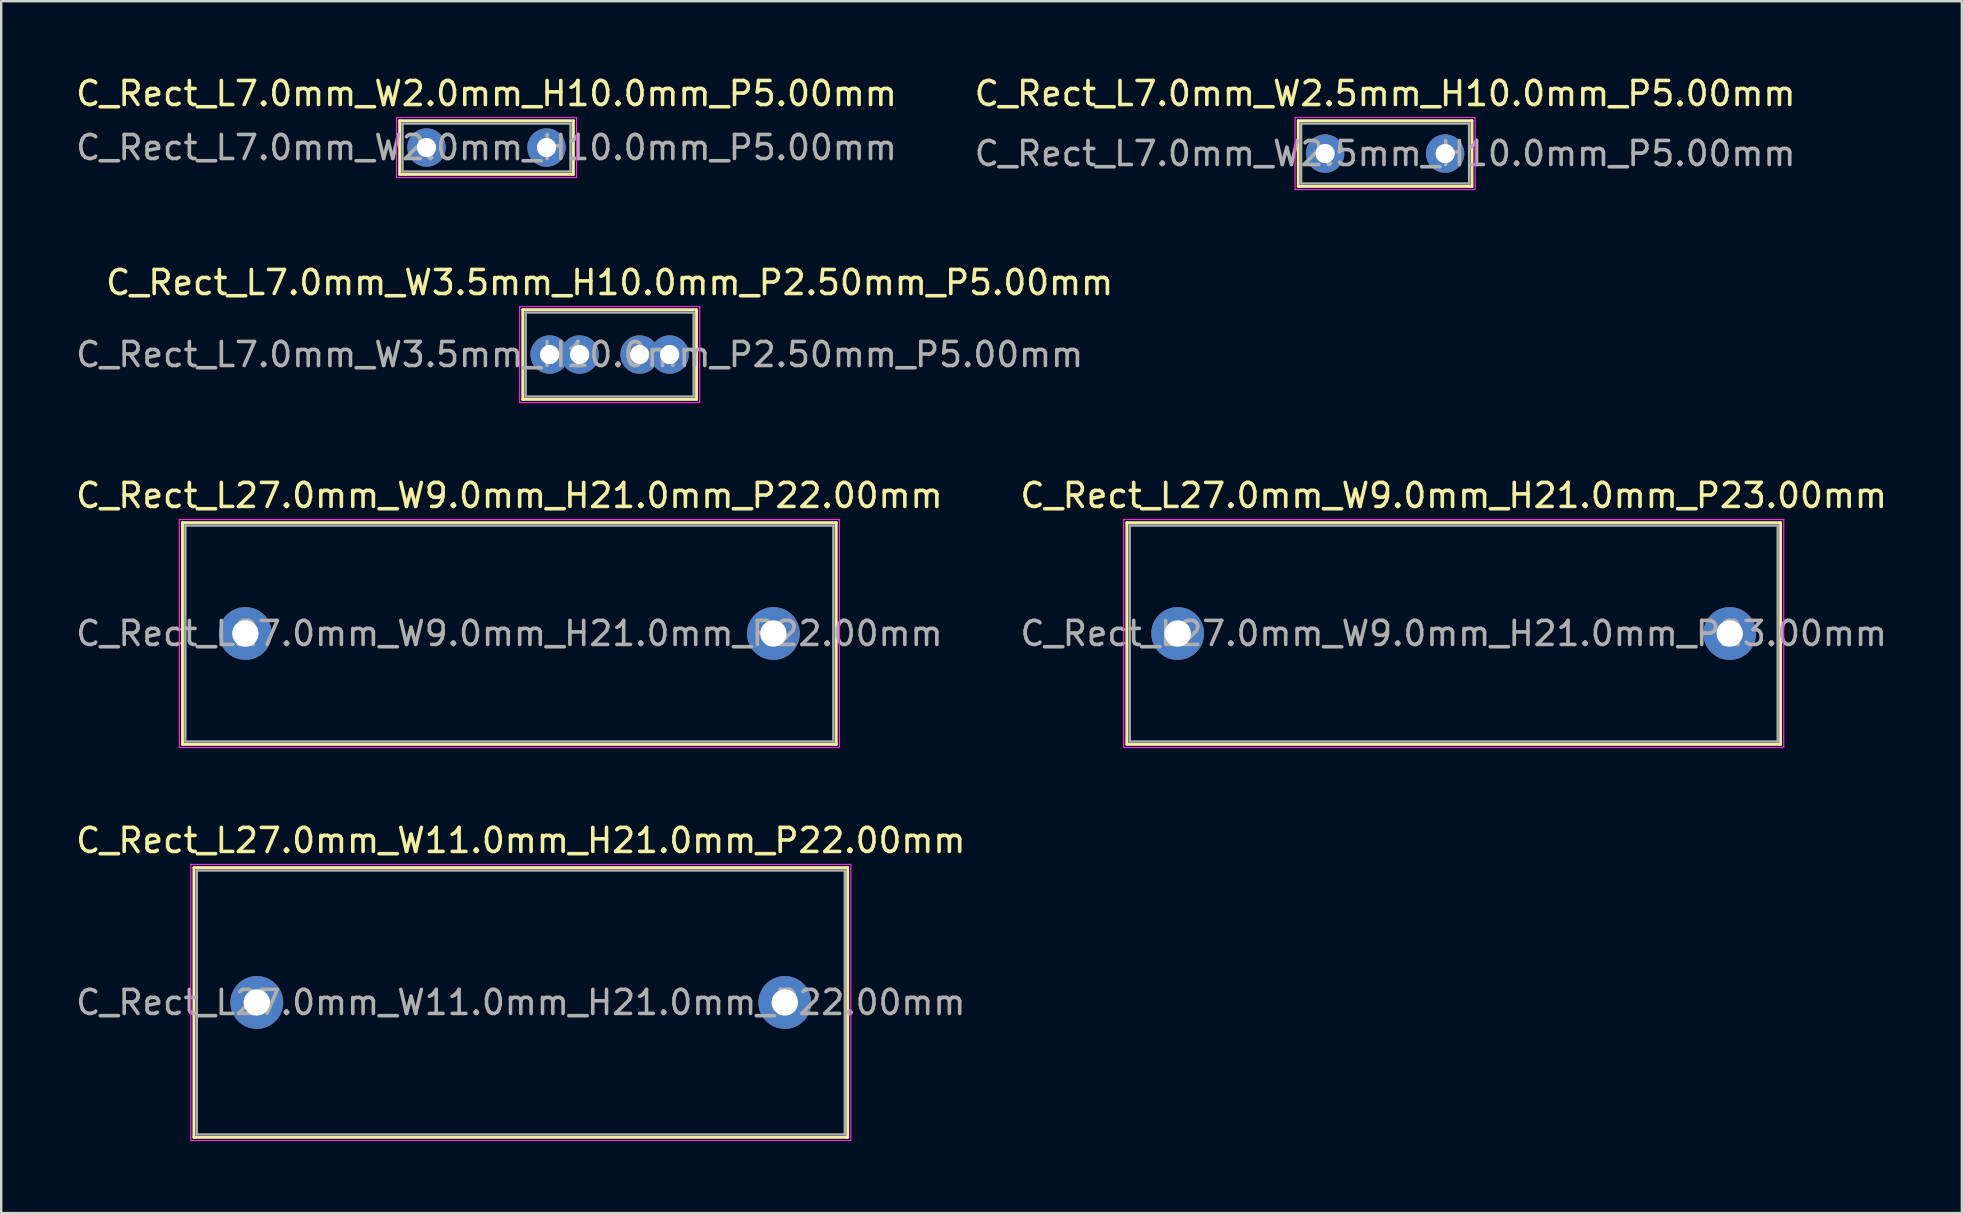
<source format=kicad_pcb>
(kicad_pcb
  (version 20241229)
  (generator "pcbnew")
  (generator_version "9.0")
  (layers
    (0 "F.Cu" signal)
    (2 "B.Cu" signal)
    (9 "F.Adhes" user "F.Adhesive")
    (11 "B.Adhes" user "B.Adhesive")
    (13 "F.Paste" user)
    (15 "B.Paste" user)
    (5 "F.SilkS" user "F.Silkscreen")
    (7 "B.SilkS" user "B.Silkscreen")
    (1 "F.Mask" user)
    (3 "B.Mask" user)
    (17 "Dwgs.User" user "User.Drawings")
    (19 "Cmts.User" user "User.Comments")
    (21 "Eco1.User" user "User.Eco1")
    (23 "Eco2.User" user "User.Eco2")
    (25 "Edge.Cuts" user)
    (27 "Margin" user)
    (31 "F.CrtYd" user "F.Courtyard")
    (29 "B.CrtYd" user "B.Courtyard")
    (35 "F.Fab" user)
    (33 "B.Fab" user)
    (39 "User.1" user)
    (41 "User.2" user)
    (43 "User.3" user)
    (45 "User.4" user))
  (footprint "C_Rect_L7.0mm_W2.5mm_H10.0mm_P5.00mm"
    (layer "F.Cu")
    (at 52.161 3.348)
    (property "Reference" "C_Rect_L7.0mm_W2.5mm_H10.0mm_P5.00mm" (at 2.5 -2.5 0) (layer "F.SilkS") (effects (font (size 1 1) (thickness 0.15))))
    (attr through_hole)
    (fp_line (start -1.12 -1.37) (end -1.12 1.37) (stroke (width 0.12) (type solid)) (layer "F.SilkS"))
    (fp_line (start -1.12 -1.37) (end 6.12 -1.37) (stroke (width 0.12) (type solid)) (layer "F.SilkS"))
    (fp_line (start -1.12 1.37) (end 6.12 1.37) (stroke (width 0.12) (type solid)) (layer "F.SilkS"))
    (fp_line (start 6.12 -1.37) (end 6.12 1.37) (stroke (width 0.12) (type solid)) (layer "F.SilkS"))
    (fp_line (start -1.25 -1.5) (end -1.25 1.5) (stroke (width 0.05) (type solid)) (layer "F.CrtYd"))
    (fp_line (start -1.25 1.5) (end 6.25 1.5) (stroke (width 0.05) (type solid)) (layer "F.CrtYd"))
    (fp_line (start 6.25 -1.5) (end -1.25 -1.5) (stroke (width 0.05) (type solid)) (layer "F.CrtYd"))
    (fp_line (start 6.25 1.5) (end 6.25 -1.5) (stroke (width 0.05) (type solid)) (layer "F.CrtYd"))
    (fp_line (start -1 -1.25) (end -1 1.25) (stroke (width 0.1) (type solid)) (layer "F.Fab"))
    (fp_line (start -1 1.25) (end 6 1.25) (stroke (width 0.1) (type solid)) (layer "F.Fab"))
    (fp_line (start 6 -1.25) (end -1 -1.25) (stroke (width 0.1) (type solid)) (layer "F.Fab"))
    (fp_line (start 6 1.25) (end 6 -1.25) (stroke (width 0.1) (type solid)) (layer "F.Fab"))
    (fp_text user "${REFERENCE}" (at 2.5 0 0) (layer "F.Fab") (effects (font (size 1 1) (thickness 0.15))))
    (pad "1" thru_hole circle (at 0 0) (size 1.6 1.6) (drill 0.8) (layers "*.Cu" "*.Mask"))
    (pad "2" thru_hole circle (at 5 0) (size 1.6 1.6) (drill 0.8) (layers "*.Cu" "*.Mask")))
  (footprint "C_Rect_L27.0mm_W9.0mm_H21.0mm_P23.00mm"
    (layer "F.Cu")
    (at 46.018 23.345)
    (property "Reference" "C_Rect_L27.0mm_W9.0mm_H21.0mm_P23.00mm" (at 11.5 -5.75 0) (layer "F.SilkS") (effects (font (size 1 1) (thickness 0.15))))
    (attr through_hole)
    (fp_line (start -2.12 -4.62) (end -2.12 4.62) (stroke (width 0.12) (type solid)) (layer "F.SilkS"))
    (fp_line (start -2.12 -4.62) (end 25.12 -4.62) (stroke (width 0.12) (type solid)) (layer "F.SilkS"))
    (fp_line (start -2.12 4.62) (end 25.12 4.62) (stroke (width 0.12) (type solid)) (layer "F.SilkS"))
    (fp_line (start 25.12 -4.62) (end 25.12 4.62) (stroke (width 0.12) (type solid)) (layer "F.SilkS"))
    (fp_line (start -2.25 -4.75) (end -2.25 4.75) (stroke (width 0.05) (type solid)) (layer "F.CrtYd"))
    (fp_line (start -2.25 4.75) (end 25.25 4.75) (stroke (width 0.05) (type solid)) (layer "F.CrtYd"))
    (fp_line (start 25.25 -4.75) (end -2.25 -4.75) (stroke (width 0.05) (type solid)) (layer "F.CrtYd"))
    (fp_line (start 25.25 4.75) (end 25.25 -4.75) (stroke (width 0.05) (type solid)) (layer "F.CrtYd"))
    (fp_line (start -2 -4.5) (end -2 4.5) (stroke (width 0.1) (type solid)) (layer "F.Fab"))
    (fp_line (start -2 4.5) (end 25 4.5) (stroke (width 0.1) (type solid)) (layer "F.Fab"))
    (fp_line (start 25 -4.5) (end -2 -4.5) (stroke (width 0.1) (type solid)) (layer "F.Fab"))
    (fp_line (start 25 4.5) (end 25 -4.5) (stroke (width 0.1) (type solid)) (layer "F.Fab"))
    (fp_text user "${REFERENCE}" (at 11.5 0 0) (layer "F.Fab") (effects (font (size 1 1) (thickness 0.15))))
    (pad "1" thru_hole circle (at 0 0) (size 2.2 2.2) (drill 1.1) (layers "*.Cu" "*.Mask"))
    (pad "2" thru_hole circle (at 23 0) (size 2.2 2.2) (drill 1.1) (layers "*.Cu" "*.Mask")))
  (footprint "C_Rect_L27.0mm_W9.0mm_H21.0mm_P22.00mm"
    (layer "F.Cu")
    (at 7.173 23.345)
    (property "Reference" "C_Rect_L27.0mm_W9.0mm_H21.0mm_P22.00mm" (at 11 -5.75 0) (layer "F.SilkS") (effects (font (size 1 1) (thickness 0.15))))
    (attr through_hole)
    (fp_line (start -2.62 -4.62) (end -2.62 4.62) (stroke (width 0.12) (type solid)) (layer "F.SilkS"))
    (fp_line (start -2.62 -4.62) (end 24.62 -4.62) (stroke (width 0.12) (type solid)) (layer "F.SilkS"))
    (fp_line (start -2.62 4.62) (end 24.62 4.62) (stroke (width 0.12) (type solid)) (layer "F.SilkS"))
    (fp_line (start 24.62 -4.62) (end 24.62 4.62) (stroke (width 0.12) (type solid)) (layer "F.SilkS"))
    (fp_line (start -2.75 -4.75) (end -2.75 4.75) (stroke (width 0.05) (type solid)) (layer "F.CrtYd"))
    (fp_line (start -2.75 4.75) (end 24.75 4.75) (stroke (width 0.05) (type solid)) (layer "F.CrtYd"))
    (fp_line (start 24.75 -4.75) (end -2.75 -4.75) (stroke (width 0.05) (type solid)) (layer "F.CrtYd"))
    (fp_line (start 24.75 4.75) (end 24.75 -4.75) (stroke (width 0.05) (type solid)) (layer "F.CrtYd"))
    (fp_line (start -2.5 -4.5) (end -2.5 4.5) (stroke (width 0.1) (type solid)) (layer "F.Fab"))
    (fp_line (start -2.5 4.5) (end 24.5 4.5) (stroke (width 0.1) (type solid)) (layer "F.Fab"))
    (fp_line (start 24.5 -4.5) (end -2.5 -4.5) (stroke (width 0.1) (type solid)) (layer "F.Fab"))
    (fp_line (start 24.5 4.5) (end 24.5 -4.5) (stroke (width 0.1) (type solid)) (layer "F.Fab"))
    (fp_text user "${REFERENCE}" (at 11 0 0) (layer "F.Fab") (effects (font (size 1 1) (thickness 0.15))))
    (pad "1" thru_hole circle (at 0 0) (size 2.2 2.2) (drill 1.1) (layers "*.Cu" "*.Mask"))
    (pad "2" thru_hole circle (at 22 0) (size 2.2 2.2) (drill 1.1) (layers "*.Cu" "*.Mask")))
  (footprint "C_Rect_L7.0mm_W3.5mm_H10.0mm_P2.50mm_P5.00mm"
    (layer "F.Cu")
    (at 19.851 11.722)
    (property "Reference" "C_Rect_L7.0mm_W3.5mm_H10.0mm_P2.50mm_P5.00mm" (at 2.5 -3 0) (layer "F.SilkS") (effects (font (size 1 1) (thickness 0.15))))
    (attr through_hole)
    (fp_line (start -1.12 -1.87) (end -1.12 1.87) (stroke (width 0.12) (type solid)) (layer "F.SilkS"))
    (fp_line (start -1.12 -1.87) (end 6.12 -1.87) (stroke (width 0.12) (type solid)) (layer "F.SilkS"))
    (fp_line (start -1.12 1.87) (end 6.12 1.87) (stroke (width 0.12) (type solid)) (layer "F.SilkS"))
    (fp_line (start 6.12 -1.87) (end 6.12 1.87) (stroke (width 0.12) (type solid)) (layer "F.SilkS"))
    (fp_line (start -1.25 -2) (end -1.25 2) (stroke (width 0.05) (type solid)) (layer "F.CrtYd"))
    (fp_line (start -1.25 2) (end 6.25 2) (stroke (width 0.05) (type solid)) (layer "F.CrtYd"))
    (fp_line (start 6.25 -2) (end -1.25 -2) (stroke (width 0.05) (type solid)) (layer "F.CrtYd"))
    (fp_line (start 6.25 2) (end 6.25 -2) (stroke (width 0.05) (type solid)) (layer "F.CrtYd"))
    (fp_line (start -1 -1.75) (end -1 1.75) (stroke (width 0.1) (type solid)) (layer "F.Fab"))
    (fp_line (start -1 1.75) (end 6 1.75) (stroke (width 0.1) (type solid)) (layer "F.Fab"))
    (fp_line (start 6 -1.75) (end -1 -1.75) (stroke (width 0.1) (type solid)) (layer "F.Fab"))
    (fp_line (start 6 1.75) (end 6 -1.75) (stroke (width 0.1) (type solid)) (layer "F.Fab"))
    (fp_text user "${REFERENCE}" (at 1.25 0 0) (layer "F.Fab") (effects (font (size 1 1) (thickness 0.15))))
    (pad "1" thru_hole circle (at 0 0) (size 1.6 1.6) (drill 0.8) (layers "*.Cu" "*.Mask"))
    (pad "1" thru_hole circle (at 1.25 0) (size 1.6 1.6) (drill 0.8) (layers "*.Cu" "*.Mask"))
    (pad "2" thru_hole circle (at 3.75 0) (size 1.6 1.6) (drill 0.8) (layers "*.Cu" "*.Mask"))
    (pad "2" thru_hole circle (at 5 0) (size 1.6 1.6) (drill 0.8) (layers "*.Cu" "*.Mask")))
  (footprint "C_Rect_L27.0mm_W11.0mm_H21.0mm_P22.00mm"
    (layer "F.Cu")
    (at 7.649 38.718)
    (property "Reference" "C_Rect_L27.0mm_W11.0mm_H21.0mm_P22.00mm" (at 11 -6.75 0) (layer "F.SilkS") (effects (font (size 1 1) (thickness 0.15))))
    (attr through_hole)
    (fp_line (start -2.62 -5.62) (end -2.62 5.62) (stroke (width 0.12) (type solid)) (layer "F.SilkS"))
    (fp_line (start -2.62 -5.62) (end 24.62 -5.62) (stroke (width 0.12) (type solid)) (layer "F.SilkS"))
    (fp_line (start -2.62 5.62) (end 24.62 5.62) (stroke (width 0.12) (type solid)) (layer "F.SilkS"))
    (fp_line (start 24.62 -5.62) (end 24.62 5.62) (stroke (width 0.12) (type solid)) (layer "F.SilkS"))
    (fp_line (start -2.75 -5.75) (end -2.75 5.75) (stroke (width 0.05) (type solid)) (layer "F.CrtYd"))
    (fp_line (start -2.75 5.75) (end 24.75 5.75) (stroke (width 0.05) (type solid)) (layer "F.CrtYd"))
    (fp_line (start 24.75 -5.75) (end -2.75 -5.75) (stroke (width 0.05) (type solid)) (layer "F.CrtYd"))
    (fp_line (start 24.75 5.75) (end 24.75 -5.75) (stroke (width 0.05) (type solid)) (layer "F.CrtYd"))
    (fp_line (start -2.5 -5.5) (end -2.5 5.5) (stroke (width 0.1) (type solid)) (layer "F.Fab"))
    (fp_line (start -2.5 5.5) (end 24.5 5.5) (stroke (width 0.1) (type solid)) (layer "F.Fab"))
    (fp_line (start 24.5 -5.5) (end -2.5 -5.5) (stroke (width 0.1) (type solid)) (layer "F.Fab"))
    (fp_line (start 24.5 5.5) (end 24.5 -5.5) (stroke (width 0.1) (type solid)) (layer "F.Fab"))
    (fp_text user "${REFERENCE}" (at 11 0 0) (layer "F.Fab") (effects (font (size 1 1) (thickness 0.15))))
    (pad "1" thru_hole circle (at 0 0) (size 2.2 2.2) (drill 1.1) (layers "*.Cu" "*.Mask"))
    (pad "2" thru_hole circle (at 22 0) (size 2.2 2.2) (drill 1.1) (layers "*.Cu" "*.Mask")))
  (footprint "C_Rect_L7.0mm_W2.0mm_H10.0mm_P5.00mm"
    (layer "F.Cu")
    (at 14.72 3.098)
    (property "Reference" "C_Rect_L7.0mm_W2.0mm_H10.0mm_P5.00mm" (at 2.5 -2.25 0) (layer "F.SilkS") (effects (font (size 1 1) (thickness 0.15))))
    (attr through_hole)
    (fp_line (start -1.12 -1.12) (end -1.12 1.12) (stroke (width 0.12) (type solid)) (layer "F.SilkS"))
    (fp_line (start -1.12 -1.12) (end 6.12 -1.12) (stroke (width 0.12) (type solid)) (layer "F.SilkS"))
    (fp_line (start -1.12 1.12) (end 6.12 1.12) (stroke (width 0.12) (type solid)) (layer "F.SilkS"))
    (fp_line (start 6.12 -1.12) (end 6.12 1.12) (stroke (width 0.12) (type solid)) (layer "F.SilkS"))
    (fp_line (start -1.25 -1.25) (end -1.25 1.25) (stroke (width 0.05) (type solid)) (layer "F.CrtYd"))
    (fp_line (start -1.25 1.25) (end 6.25 1.25) (stroke (width 0.05) (type solid)) (layer "F.CrtYd"))
    (fp_line (start 6.25 -1.25) (end -1.25 -1.25) (stroke (width 0.05) (type solid)) (layer "F.CrtYd"))
    (fp_line (start 6.25 1.25) (end 6.25 -1.25) (stroke (width 0.05) (type solid)) (layer "F.CrtYd"))
    (fp_line (start -1 -1) (end -1 1) (stroke (width 0.1) (type solid)) (layer "F.Fab"))
    (fp_line (start -1 1) (end 6 1) (stroke (width 0.1) (type solid)) (layer "F.Fab"))
    (fp_line (start 6 -1) (end -1 -1) (stroke (width 0.1) (type solid)) (layer "F.Fab"))
    (fp_line (start 6 1) (end 6 -1) (stroke (width 0.1) (type solid)) (layer "F.Fab"))
    (fp_text user "${REFERENCE}" (at 2.5 0 0) (layer "F.Fab") (effects (font (size 1 1) (thickness 0.15))))
    (pad "1" thru_hole circle (at 0 0) (size 1.6 1.6) (drill 0.8) (layers "*.Cu" "*.Mask"))
    (pad "2" thru_hole circle (at 5 0) (size 1.6 1.6) (drill 0.8) (layers "*.Cu" "*.Mask")))
  (gr_rect
    (start -3 -3)
    (end 78.69 47.493)
    (stroke (width 0.1) (type default))
    (fill no)
    (layer "Edge.Cuts")))
</source>
